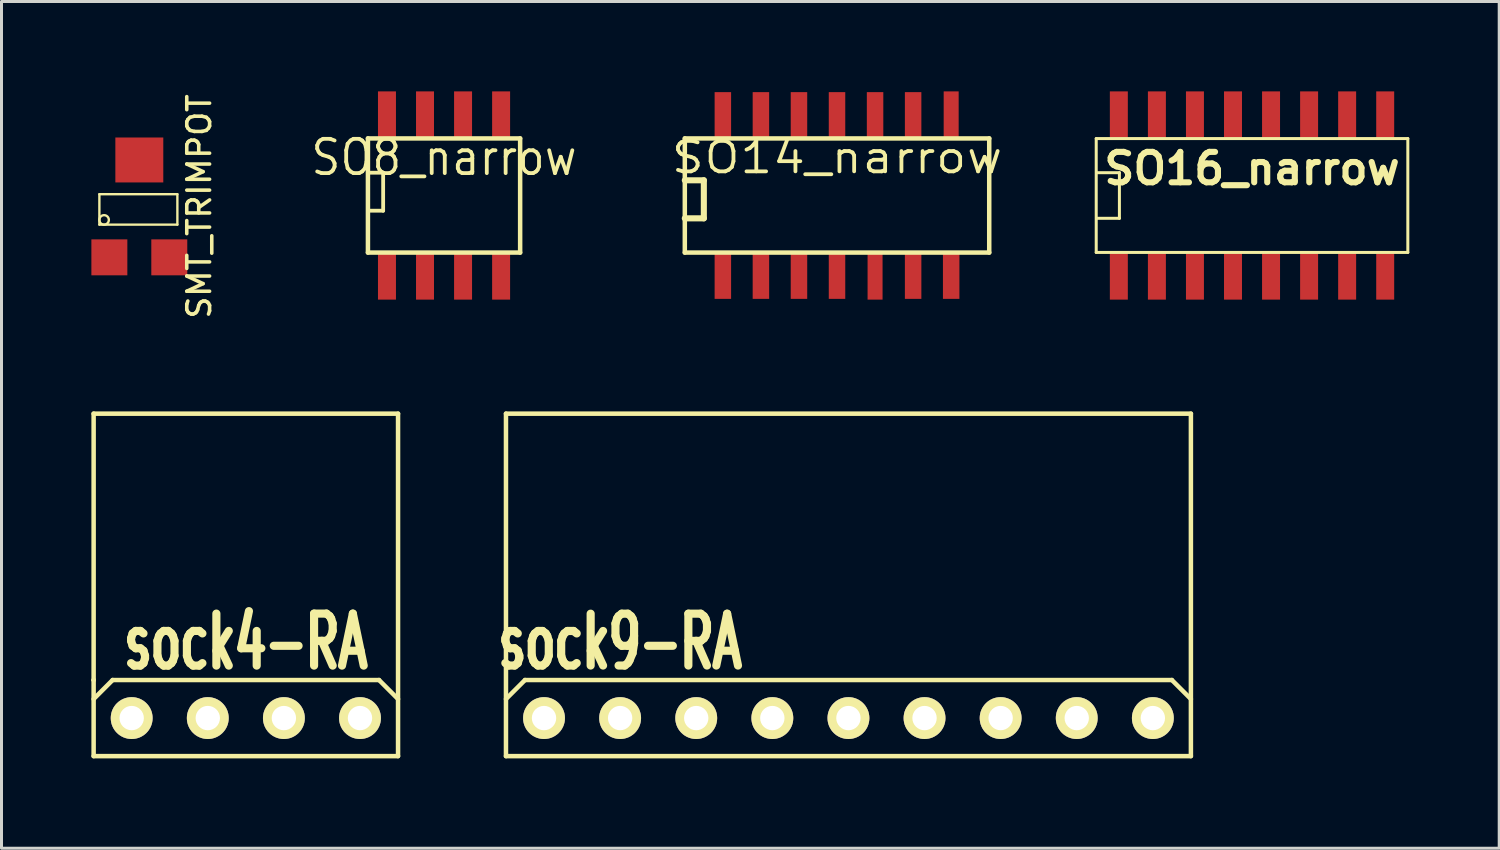
<source format=kicad_pcb>
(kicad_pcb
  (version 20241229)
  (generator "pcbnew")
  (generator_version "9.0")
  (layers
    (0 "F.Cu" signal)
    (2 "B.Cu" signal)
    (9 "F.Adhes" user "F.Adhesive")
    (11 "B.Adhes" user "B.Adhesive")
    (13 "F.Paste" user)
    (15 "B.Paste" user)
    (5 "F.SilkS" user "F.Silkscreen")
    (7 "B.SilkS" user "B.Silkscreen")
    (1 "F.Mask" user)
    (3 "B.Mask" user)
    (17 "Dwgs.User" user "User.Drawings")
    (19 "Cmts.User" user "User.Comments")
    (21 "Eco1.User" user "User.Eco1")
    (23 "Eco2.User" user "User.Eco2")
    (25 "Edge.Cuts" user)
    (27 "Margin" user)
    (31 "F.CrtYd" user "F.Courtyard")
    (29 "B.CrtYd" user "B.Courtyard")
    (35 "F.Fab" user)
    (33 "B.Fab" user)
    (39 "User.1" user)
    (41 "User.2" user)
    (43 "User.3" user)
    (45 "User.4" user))
  (footprint "SMT_TRIMPOT"
    (layer "F.Cu")
    (at 1.6 3.939)
    (property "Reference" "SMT_TRIMPOT" (at 1.999 -0.099 90) (layer "F.SilkS") (effects (font (size 0.762 0.762) (thickness 0.119))))
    (attr through_hole)
    (fp_line (start -1.333 -0.508) (end -1.333 0.508) (stroke (width 0.079) (type solid)) (layer "F.SilkS"))
    (fp_line (start -1.333 -0.508) (end 1.27 -0.508) (stroke (width 0.079) (type solid)) (layer "F.SilkS"))
    (fp_line (start 1.27 -0.508) (end 1.27 0.508) (stroke (width 0.079) (type solid)) (layer "F.SilkS"))
    (fp_line (start 1.27 0.508) (end -1.333 0.508) (stroke (width 0.079) (type solid)) (layer "F.SilkS"))
    (fp_circle (center -1.176 0.351) (end -1.3 0.45) (stroke (width 0.079) (type solid)) (fill no) (layer "F.SilkS"))
    (pad "1" smd rect (at -1 1.6) (size 1.2 1.2) (layers "F.Cu" "F.Mask" "F.Paste"))
    (pad "2" smd rect (at 0 -1.65) (size 1.6 1.5) (layers "F.Cu" "F.Mask" "F.Paste"))
    (pad "3" smd rect (at 1 1.6) (size 1.2 1.2) (layers "F.Cu" "F.Mask" "F.Paste")))
  (footprint "SO14_narrow"
    (layer "F.Cu")
    (at 24.886 3.475)
    (property "Reference" "SO14_narrow" (at 0 -1.27 0) (layer "F.SilkS") (effects (font (size 1.016 1.143) (thickness 0.127))))
    (attr smd)
    (fp_line (start -5.08 -1.905) (end 5.08 -1.905) (stroke (width 0.15) (type solid)) (layer "F.SilkS"))
    (fp_line (start -5.08 -0.508) (end -4.445 -0.508) (stroke (width 0.203) (type solid)) (layer "F.SilkS"))
    (fp_line (start -5.08 1.905) (end -5.08 -1.905) (stroke (width 0.15) (type solid)) (layer "F.SilkS"))
    (fp_line (start -5.08 1.905) (end 5.08 1.905) (stroke (width 0.15) (type solid)) (layer "F.SilkS"))
    (fp_line (start -4.445 -0.508) (end -4.445 0.762) (stroke (width 0.203) (type solid)) (layer "F.SilkS"))
    (fp_line (start -4.445 0.762) (end -5.08 0.762) (stroke (width 0.203) (type solid)) (layer "F.SilkS"))
    (fp_line (start 5.08 -1.905) (end 5.08 1.905) (stroke (width 0.15) (type solid)) (layer "F.SilkS"))
    (pad "1" smd rect (at -3.81 2.7) (size 0.55 1.5) (layers "F.Cu" "F.Mask" "F.Paste"))
    (pad "2" smd rect (at -2.54 2.7) (size 0.55 1.5) (layers "F.Cu" "F.Mask" "F.Paste"))
    (pad "3" smd rect (at -1.27 2.7) (size 0.55 1.5) (layers "F.Cu" "F.Mask" "F.Paste"))
    (pad "4" smd rect (at 0 2.7) (size 0.55 1.5) (layers "F.Cu" "F.Mask" "F.Paste"))
    (pad "5" smd rect (at 1.27 2.7) (size 0.5 1.55) (layers "F.Cu" "F.Mask" "F.Paste"))
    (pad "6" smd rect (at 2.54 2.7) (size 0.55 1.5) (layers "F.Cu" "F.Mask" "F.Paste"))
    (pad "7" smd rect (at 3.81 2.7) (size 0.55 1.5) (layers "F.Cu" "F.Mask" "F.Paste"))
    (pad "8" smd rect (at 3.81 -2.7) (size 0.5 1.55) (layers "F.Cu" "F.Mask" "F.Paste"))
    (pad "9" smd rect (at 2.54 -2.7) (size 0.55 1.5) (layers "F.Cu" "F.Mask" "F.Paste"))
    (pad "10" smd rect (at 1.27 -2.7) (size 0.55 1.5) (layers "F.Cu" "F.Mask" "F.Paste"))
    (pad "11" smd rect (at 0 -2.7) (size 0.55 1.5) (layers "F.Cu" "F.Mask" "F.Paste"))
    (pad "12" smd rect (at -1.27 -2.7) (size 0.55 1.5) (layers "F.Cu" "F.Mask" "F.Paste"))
    (pad "13" smd rect (at -2.54 -2.7) (size 0.55 1.5) (layers "F.Cu" "F.Mask" "F.Paste"))
    (pad "14" smd rect (at -3.81 -2.7) (size 0.55 1.5) (layers "F.Cu" "F.Mask" "F.Paste")))
  (footprint "SO16_narrow"
    (layer "F.Cu")
    (at 38.737 3.475)
    (property "Reference" "SO16_narrow" (at 0 -0.9 0) (layer "F.SilkS") (effects (font (size 1.016 1.016) (thickness 0.203))))
    (attr smd)
    (fp_line (start -5.2 -1.9) (end -5.2 1.9) (stroke (width 0.1) (type solid)) (layer "F.SilkS"))
    (fp_line (start -5.2 -1.9) (end 5.2 -1.9) (stroke (width 0.1) (type solid)) (layer "F.SilkS"))
    (fp_line (start -5.188 -0.762) (end -4.426 -0.762) (stroke (width 0.1) (type solid)) (layer "F.SilkS"))
    (fp_line (start -4.426 -0.762) (end -4.426 0.762) (stroke (width 0.1) (type solid)) (layer "F.SilkS"))
    (fp_line (start -4.426 0.762) (end -5.188 0.762) (stroke (width 0.1) (type solid)) (layer "F.SilkS"))
    (fp_line (start 5.2 -1.9) (end 5.2 1.9) (stroke (width 0.1) (type solid)) (layer "F.SilkS"))
    (fp_line (start 5.2 1.9) (end -5.2 1.9) (stroke (width 0.1) (type solid)) (layer "F.SilkS"))
    (pad "1" smd rect (at -4.445 2.7) (size 0.6 1.55) (layers "F.Cu" "F.Mask" "F.Paste"))
    (pad "2" smd rect (at -3.175 2.7) (size 0.6 1.55) (layers "F.Cu" "F.Mask" "F.Paste"))
    (pad "3" smd rect (at -1.905 2.7) (size 0.6 1.55) (layers "F.Cu" "F.Mask" "F.Paste"))
    (pad "4" smd rect (at -0.635 2.7) (size 0.6 1.55) (layers "F.Cu" "F.Mask" "F.Paste"))
    (pad "5" smd rect (at 0.635 2.7) (size 0.6 1.55) (layers "F.Cu" "F.Mask" "F.Paste"))
    (pad "6" smd rect (at 1.905 2.7) (size 0.6 1.55) (layers "F.Cu" "F.Mask" "F.Paste"))
    (pad "7" smd rect (at 3.175 2.7) (size 0.6 1.55) (layers "F.Cu" "F.Mask" "F.Paste"))
    (pad "8" smd rect (at 4.445 2.7) (size 0.6 1.55) (layers "F.Cu" "F.Mask" "F.Paste"))
    (pad "9" smd rect (at 4.445 -2.7) (size 0.6 1.55) (layers "F.Cu" "F.Mask" "F.Paste"))
    (pad "10" smd rect (at 3.175 -2.7) (size 0.6 1.55) (layers "F.Cu" "F.Mask" "F.Paste"))
    (pad "11" smd rect (at 1.905 -2.7) (size 0.6 1.55) (layers "F.Cu" "F.Mask" "F.Paste"))
    (pad "12" smd rect (at 0.635 -2.7) (size 0.6 1.55) (layers "F.Cu" "F.Mask" "F.Paste"))
    (pad "13" smd rect (at -0.635 -2.7) (size 0.6 1.55) (layers "F.Cu" "F.Mask" "F.Paste"))
    (pad "14" smd rect (at -1.905 -2.7) (size 0.6 1.55) (layers "F.Cu" "F.Mask" "F.Paste"))
    (pad "15" smd rect (at -3.175 -2.7) (size 0.6 1.55) (layers "F.Cu" "F.Mask" "F.Paste"))
    (pad "16" smd rect (at -4.445 -2.7) (size 0.6 1.55) (layers "F.Cu" "F.Mask" "F.Paste")))
  (footprint "SO8_narrow"
    (layer "F.Cu")
    (at 11.77 3.475)
    (property "Reference" "SO8_narrow" (at 0 -1.27 0) (layer "F.SilkS") (effects (font (size 1.143 1.016) (thickness 0.127))))
    (attr smd)
    (fp_line (start -2.54 -1.905) (end 2.54 -1.905) (stroke (width 0.15) (type solid)) (layer "F.SilkS"))
    (fp_line (start -2.54 -0.762) (end -2.032 -0.762) (stroke (width 0.127) (type solid)) (layer "F.SilkS"))
    (fp_line (start -2.54 1.905) (end -2.54 -1.905) (stroke (width 0.15) (type solid)) (layer "F.SilkS"))
    (fp_line (start -2.032 -0.762) (end -2.032 0.508) (stroke (width 0.127) (type solid)) (layer "F.SilkS"))
    (fp_line (start -2.032 0.508) (end -2.54 0.508) (stroke (width 0.127) (type solid)) (layer "F.SilkS"))
    (fp_line (start 2.54 -1.905) (end 2.54 1.905) (stroke (width 0.15) (type solid)) (layer "F.SilkS"))
    (fp_line (start 2.54 1.905) (end -2.54 1.905) (stroke (width 0.15) (type solid)) (layer "F.SilkS"))
    (pad "1" smd rect (at -1.905 2.7) (size 0.6 1.55) (layers "F.Cu" "F.Mask" "F.Paste"))
    (pad "2" smd rect (at -0.635 2.7) (size 0.6 1.55) (layers "F.Cu" "F.Mask" "F.Paste"))
    (pad "3" smd rect (at 0.635 2.7) (size 0.6 1.55) (layers "F.Cu" "F.Mask" "F.Paste"))
    (pad "4" smd rect (at 1.905 2.7) (size 0.6 1.55) (layers "F.Cu" "F.Mask" "F.Paste"))
    (pad "5" smd rect (at 1.905 -2.7) (size 0.6 1.55) (layers "F.Cu" "F.Mask" "F.Paste"))
    (pad "6" smd rect (at 0.635 -2.7) (size 0.6 1.55) (layers "F.Cu" "F.Mask" "F.Paste"))
    (pad "7" smd rect (at -0.635 -2.7) (size 0.6 1.55) (layers "F.Cu" "F.Mask" "F.Paste"))
    (pad "8" smd rect (at -1.905 -2.7) (size 0.6 1.55) (layers "F.Cu" "F.Mask" "F.Paste")))
  (footprint "sock9-RA"
    (layer "F.Cu")
    (at 25.267 20.916)
    (property "Reference" "sock9-RA" (at -7.62 -2.54 0) (layer "F.SilkS") (effects (font (size 1.73 1.087) (thickness 0.272))))
    (attr through_hole)
    (fp_line (start -11.43 -10.16) (end 11.43 -10.16) (stroke (width 0.15) (type solid)) (layer "F.SilkS"))
    (fp_line (start -11.43 1.27) (end -11.43 -10.16) (stroke (width 0.15) (type solid)) (layer "F.SilkS"))
    (fp_line (start -10.795 -1.27) (end -11.43 -0.635) (stroke (width 0.15) (type solid)) (layer "F.SilkS"))
    (fp_line (start 10.795 -1.27) (end -10.795 -1.27) (stroke (width 0.15) (type solid)) (layer "F.SilkS"))
    (fp_line (start 11.43 -10.16) (end 11.43 1.27) (stroke (width 0.15) (type solid)) (layer "F.SilkS"))
    (fp_line (start 11.43 -0.635) (end 10.795 -1.27) (stroke (width 0.15) (type solid)) (layer "F.SilkS"))
    (fp_line (start 11.43 1.27) (end -11.43 1.27) (stroke (width 0.15) (type solid)) (layer "F.SilkS"))
    (pad "1" thru_hole circle (at -10.16 0) (size 1.397 1.397) (drill 0.813) (layers "*.Cu" "*.Mask" "F.SilkS"))
    (pad "2" thru_hole circle (at -7.62 0) (size 1.397 1.397) (drill 0.813) (layers "*.Cu" "*.Mask" "F.SilkS"))
    (pad "3" thru_hole circle (at -5.08 0) (size 1.397 1.397) (drill 0.813) (layers "*.Cu" "*.Mask" "F.SilkS"))
    (pad "4" thru_hole circle (at -2.54 0) (size 1.397 1.397) (drill 0.813) (layers "*.Cu" "*.Mask" "F.SilkS"))
    (pad "5" thru_hole circle (at 0 0) (size 1.397 1.397) (drill 0.813) (layers "*.Cu" "*.Mask" "F.SilkS"))
    (pad "6" thru_hole circle (at 2.54 0) (size 1.397 1.397) (drill 0.813) (layers "*.Cu" "*.Mask" "F.SilkS"))
    (pad "7" thru_hole circle (at 5.08 0) (size 1.397 1.397) (drill 0.813) (layers "*.Cu" "*.Mask" "F.SilkS"))
    (pad "8" thru_hole circle (at 7.62 0) (size 1.397 1.397) (drill 0.813) (layers "*.Cu" "*.Mask" "F.SilkS"))
    (pad "9" thru_hole circle (at 10.16 0) (size 1.397 1.397) (drill 0.813) (layers "*.Cu" "*.Mask" "F.SilkS")))
  (footprint "sock4-RA"
    (layer "F.Cu")
    (at 5.155 20.916)
    (property "Reference" "sock4-RA" (at 0 -2.54 0) (layer "F.SilkS") (effects (font (size 1.735 1.087) (thickness 0.272))))
    (attr through_hole)
    (fp_line (start -5.08 -10.16) (end 5.08 -10.16) (stroke (width 0.15) (type solid)) (layer "F.SilkS"))
    (fp_line (start -5.08 -1.27) (end -5.08 -1.27) (stroke (width 0.15) (type solid)) (layer "F.SilkS"))
    (fp_line (start -5.08 -1.27) (end -5.08 -1.27) (stroke (width 0.15) (type solid)) (layer "F.SilkS"))
    (fp_line (start -5.08 -0.635) (end -4.445 -1.27) (stroke (width 0.15) (type solid)) (layer "F.SilkS"))
    (fp_line (start -5.08 1.27) (end -5.08 -10.16) (stroke (width 0.15) (type solid)) (layer "F.SilkS"))
    (fp_line (start -4.445 -1.27) (end 4.445 -1.27) (stroke (width 0.15) (type solid)) (layer "F.SilkS"))
    (fp_line (start 4.445 -1.27) (end 5.08 -0.635) (stroke (width 0.15) (type solid)) (layer "F.SilkS"))
    (fp_line (start 5.08 -10.16) (end 5.08 1.27) (stroke (width 0.15) (type solid)) (layer "F.SilkS"))
    (fp_line (start 5.08 1.27) (end -5.08 1.27) (stroke (width 0.15) (type solid)) (layer "F.SilkS"))
    (pad "1" thru_hole circle (at -3.81 0) (size 1.397 1.397) (drill 0.813) (layers "*.Cu" "*.Mask" "F.SilkS"))
    (pad "2" thru_hole circle (at -1.27 0) (size 1.397 1.397) (drill 0.813) (layers "*.Cu" "*.Mask" "F.SilkS"))
    (pad "3" thru_hole circle (at 1.27 0) (size 1.397 1.397) (drill 0.813) (layers "*.Cu" "*.Mask" "F.SilkS"))
    (pad "4" thru_hole circle (at 3.81 0) (size 1.397 1.397) (drill 0.813) (layers "*.Cu" "*.Mask" "F.SilkS")))
  (gr_rect
    (start -3 -3)
    (end 46.987 25.261)
    (stroke (width 0.1) (type default))
    (fill no)
    (layer "Edge.Cuts")))
</source>
